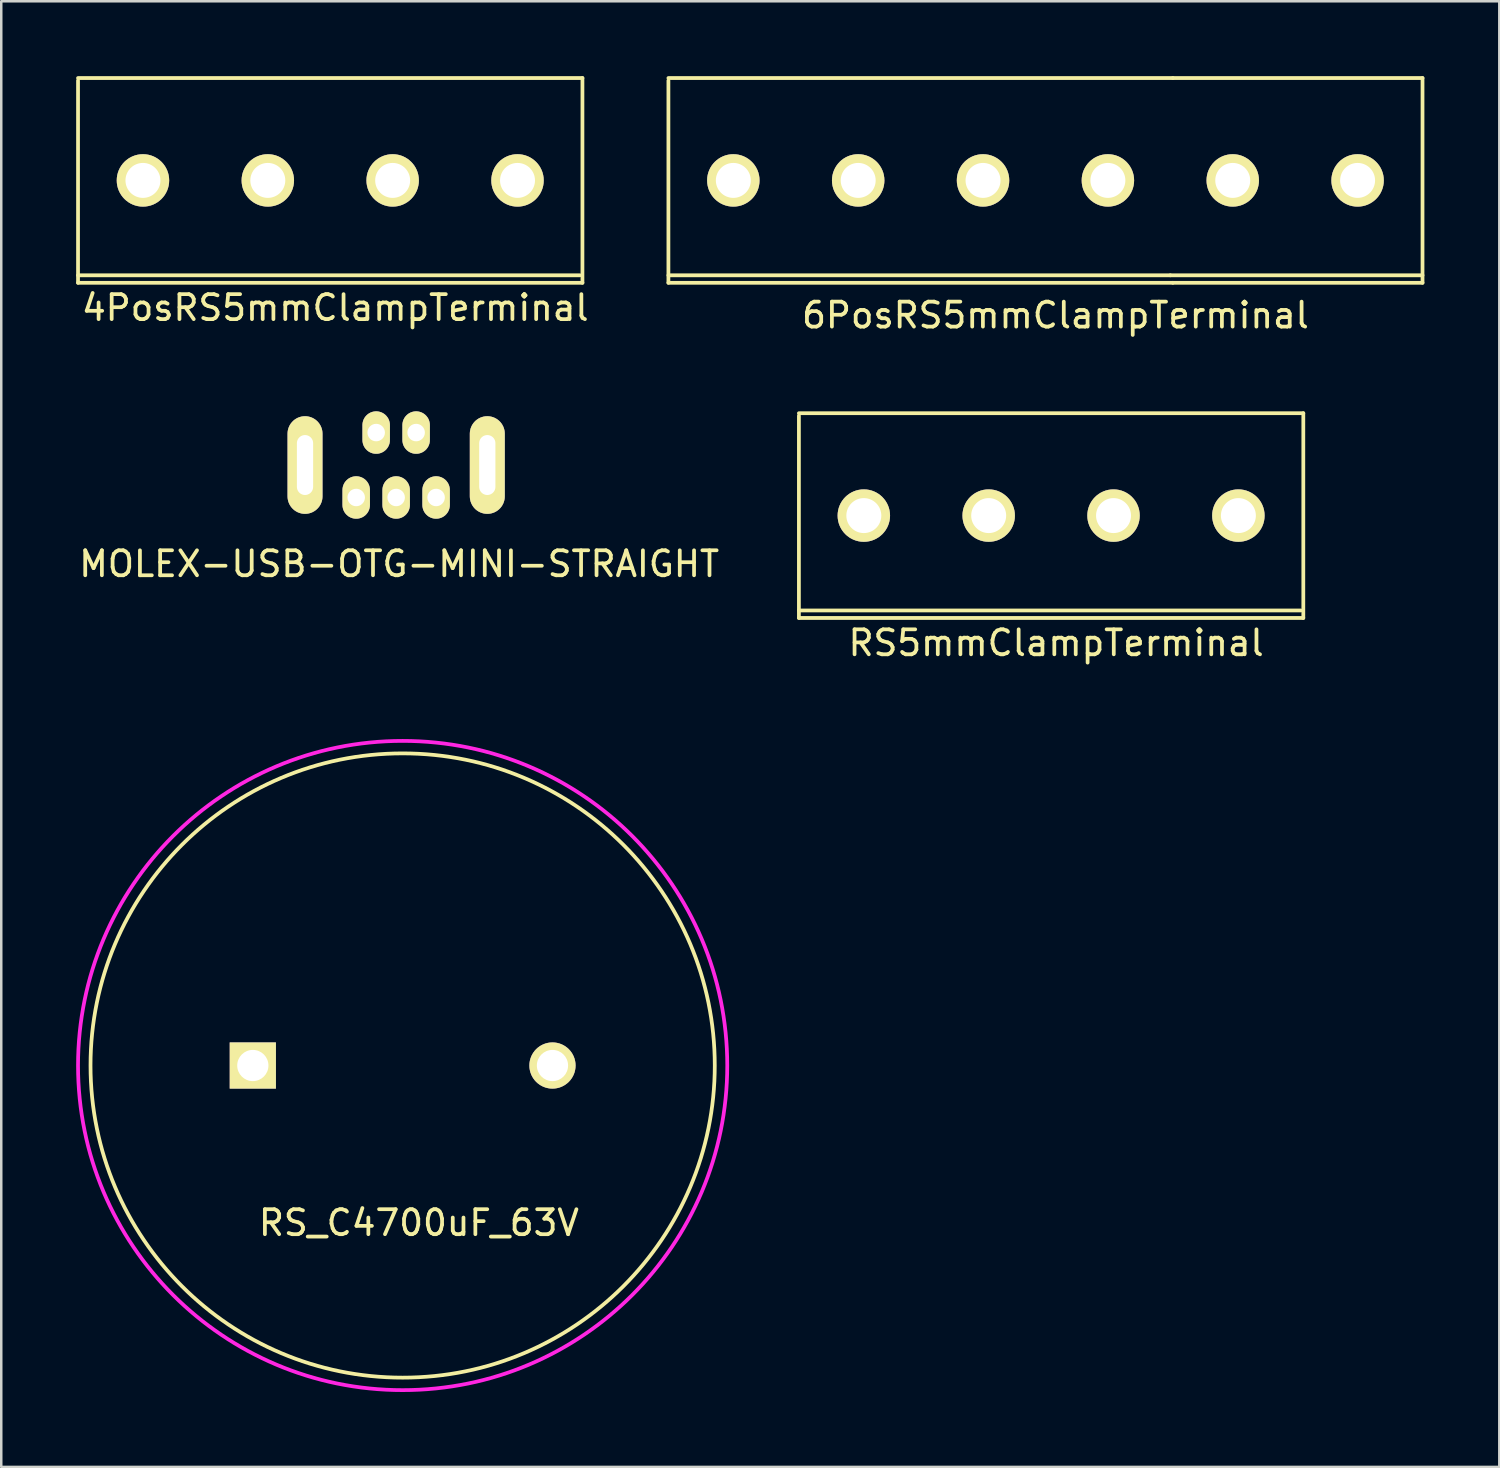
<source format=kicad_pcb>
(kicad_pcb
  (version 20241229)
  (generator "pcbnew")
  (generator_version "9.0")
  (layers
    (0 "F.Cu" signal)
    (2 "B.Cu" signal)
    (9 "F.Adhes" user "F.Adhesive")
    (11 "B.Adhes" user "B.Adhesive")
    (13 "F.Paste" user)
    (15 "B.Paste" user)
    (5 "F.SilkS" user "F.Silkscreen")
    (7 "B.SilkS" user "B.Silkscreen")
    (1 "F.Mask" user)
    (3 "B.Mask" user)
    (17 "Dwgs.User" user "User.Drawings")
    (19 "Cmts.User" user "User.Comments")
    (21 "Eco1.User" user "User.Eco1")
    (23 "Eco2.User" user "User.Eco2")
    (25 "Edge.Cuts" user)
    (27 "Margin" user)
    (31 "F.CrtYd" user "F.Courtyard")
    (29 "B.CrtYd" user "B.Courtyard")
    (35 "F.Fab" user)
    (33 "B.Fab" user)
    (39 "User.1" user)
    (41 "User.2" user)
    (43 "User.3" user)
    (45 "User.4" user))
  (footprint "MOLEX-USB-OTG-MINI-STRAIGHT"
    (layer "F.Cu")
    (at 9.165 15.573)
    (property "Reference" "MOLEX-USB-OTG-MINI-STRAIGHT" (at 3.77 3.96 0) (layer "F.SilkS") (effects (font (size 1 1) (thickness 0.15))))
    (attr through_hole)
    (pad "" thru_hole oval (at 0 0) (size 1.4 3.91) (drill oval 0.65 2.4) (layers "*.Cu" "*.Mask" "F.SilkS"))
    (pad "" thru_hole oval (at 7.3 0) (size 1.4 3.91) (drill oval 0.65 2.4) (layers "*.Cu" "*.Mask" "F.SilkS"))
    (pad "1" thru_hole oval (at 2.05 1.3) (size 1.1 1.7) (drill 0.7) (layers "*.Cu" "*.Mask" "F.SilkS"))
    (pad "2" thru_hole oval (at 2.85 -1.3) (size 1.1 1.7) (drill 0.7) (layers "*.Cu" "*.Mask" "F.SilkS"))
    (pad "3" thru_hole oval (at 3.65 1.3) (size 1.1 1.7) (drill 0.7) (layers "*.Cu" "*.Mask" "F.SilkS"))
    (pad "4" thru_hole oval (at 4.45 -1.3) (size 1.1 1.7) (drill 0.7) (layers "*.Cu" "*.Mask" "F.SilkS"))
    (pad "5" thru_hole oval (at 5.25 1.3) (size 1.1 1.7) (drill 0.7) (layers "*.Cu" "*.Mask" "F.SilkS")))
  (footprint "4PosRS5mmClampTerminal"
    (layer "F.Cu")
    (at 2.675 4.175)
    (property "Reference" "4PosRS5mmClampTerminal" (at 7.7 5.1 0) (layer "F.SilkS") (effects (font (size 1 1) (thickness 0.15))))
    (attr through_hole)
    (fp_line (start -2.6 -4.1) (end 17.6 -4.1) (stroke (width 0.15) (type solid)) (layer "F.SilkS"))
    (fp_line (start -2.6 3.8) (end 17.5 3.8) (stroke (width 0.15) (type solid)) (layer "F.SilkS"))
    (fp_line (start -2.6 4.1) (end -2.6 -4) (stroke (width 0.15) (type solid)) (layer "F.SilkS"))
    (fp_line (start 17.6 -4.1) (end 17.6 4.1) (stroke (width 0.15) (type solid)) (layer "F.SilkS"))
    (fp_line (start 17.6 4.1) (end -2.6 4.1) (stroke (width 0.15) (type solid)) (layer "F.SilkS"))
    (pad "1" thru_hole circle (at 0 0) (size 2.1 2.1) (drill 1.4) (layers "*.Cu" "*.Mask" "F.SilkS"))
    (pad "2" thru_hole circle (at 5 0) (size 2.1 2.1) (drill 1.4) (layers "*.Cu" "*.Mask" "F.SilkS"))
    (pad "3" thru_hole circle (at 10 0) (size 2.1 2.1) (drill 1.4) (layers "*.Cu" "*.Mask" "F.SilkS"))
    (pad "4" thru_hole circle (at 15 0) (size 2.1 2.1) (drill 1.4) (layers "*.Cu" "*.Mask" "F.SilkS")))
  (footprint "RS_C4700uF_63V"
    (layer "F.Cu")
    (at 13.075 39.621)
    (property "Reference" "RS_C4700uF_63V" (at 0.65 6.3 0) (layer "F.SilkS") (effects (font (size 1 1) (thickness 0.15))))
    (attr through_hole)
    (fp_circle (center 0 0) (end 12.5 0) (stroke (width 0.15) (type solid)) (fill no) (layer "F.SilkS"))
    (fp_circle (center 0 0) (end 13 0) (stroke (width 0.15) (type solid)) (fill no) (layer "F.CrtYd"))
    (pad "1" thru_hole rect (at -6 0) (size 1.85 1.85) (drill 1.25) (layers "*.Cu" "*.Mask" "F.SilkS"))
    (pad "2" thru_hole circle (at 6 0) (size 1.85 1.85) (drill 1.25) (layers "*.Cu" "*.Mask" "F.SilkS")))
  (footprint "6PosRS5mmClampTerminal"
    (layer "F.Cu")
    (at 26.318 4.175)
    (property "Reference" "6PosRS5mmClampTerminal" (at 12.9 5.4 0) (layer "F.SilkS") (effects (font (size 1 1) (thickness 0.15))))
    (attr through_hole)
    (fp_line (start -2.6 -4.1) (end 17.6 -4.1) (stroke (width 0.15) (type solid)) (layer "F.SilkS"))
    (fp_line (start -2.6 3.8) (end 17.5 3.8) (stroke (width 0.15) (type solid)) (layer "F.SilkS"))
    (fp_line (start -2.6 4.1) (end -2.6 -4) (stroke (width 0.15) (type solid)) (layer "F.SilkS"))
    (fp_line (start 17.5 3.8) (end 27.6 3.8) (stroke (width 0.15) (type solid)) (layer "F.SilkS"))
    (fp_line (start 17.6 -4.1) (end 27.6 -4.1) (stroke (width 0.15) (type solid)) (layer "F.SilkS"))
    (fp_line (start 17.6 4.1) (end -2.6 4.1) (stroke (width 0.15) (type solid)) (layer "F.SilkS"))
    (fp_line (start 17.6 4.1) (end 27.6 4.1) (stroke (width 0.15) (type solid)) (layer "F.SilkS"))
    (fp_line (start 27.6 -4.1) (end 27.6 4.1) (stroke (width 0.15) (type solid)) (layer "F.SilkS"))
    (pad "1" thru_hole circle (at 0 0) (size 2.1 2.1) (drill 1.4) (layers "*.Cu" "*.Mask" "F.SilkS"))
    (pad "2" thru_hole circle (at 5 0) (size 2.1 2.1) (drill 1.4) (layers "*.Cu" "*.Mask" "F.SilkS"))
    (pad "3" thru_hole circle (at 10 0) (size 2.1 2.1) (drill 1.4) (layers "*.Cu" "*.Mask" "F.SilkS"))
    (pad "4" thru_hole circle (at 15 0) (size 2.1 2.1) (drill 1.4) (layers "*.Cu" "*.Mask" "F.SilkS"))
    (pad "5" thru_hole circle (at 20 0) (size 2.1 2.1) (drill 1.4) (layers "*.Cu" "*.Mask" "F.SilkS"))
    (pad "6" thru_hole circle (at 25 0) (size 2.1 2.1) (drill 1.4) (layers "*.Cu" "*.Mask" "F.SilkS")))
  (footprint "RS5mmClampTerminal"
    (layer "F.Cu")
    (at 31.544 17.598)
    (property "Reference" "RS5mmClampTerminal" (at 7.7 5.1 0) (layer "F.SilkS") (effects (font (size 1 1) (thickness 0.15))))
    (attr through_hole)
    (fp_line (start -2.6 -4.1) (end 17.6 -4.1) (stroke (width 0.15) (type solid)) (layer "F.SilkS"))
    (fp_line (start -2.6 3.8) (end 17.5 3.8) (stroke (width 0.15) (type solid)) (layer "F.SilkS"))
    (fp_line (start -2.6 4.1) (end -2.6 -4) (stroke (width 0.15) (type solid)) (layer "F.SilkS"))
    (fp_line (start 17.6 -4.1) (end 17.6 4.1) (stroke (width 0.15) (type solid)) (layer "F.SilkS"))
    (fp_line (start 17.6 4.1) (end -2.6 4.1) (stroke (width 0.15) (type solid)) (layer "F.SilkS"))
    (pad "1" thru_hole circle (at 0 0) (size 2.1 2.1) (drill 1.4) (layers "*.Cu" "*.Mask" "F.SilkS"))
    (pad "2" thru_hole circle (at 5 0) (size 2.1 2.1) (drill 1.4) (layers "*.Cu" "*.Mask" "F.SilkS"))
    (pad "3" thru_hole circle (at 10 0) (size 2.1 2.1) (drill 1.4) (layers "*.Cu" "*.Mask" "F.SilkS"))
    (pad "4" thru_hole circle (at 15 0) (size 2.1 2.1) (drill 1.4) (layers "*.Cu" "*.Mask" "F.SilkS")))
  (gr_rect
    (start -3 -3)
    (end 56.993 55.697)
    (stroke (width 0.1) (type default))
    (fill no)
    (layer "Edge.Cuts")))
</source>
